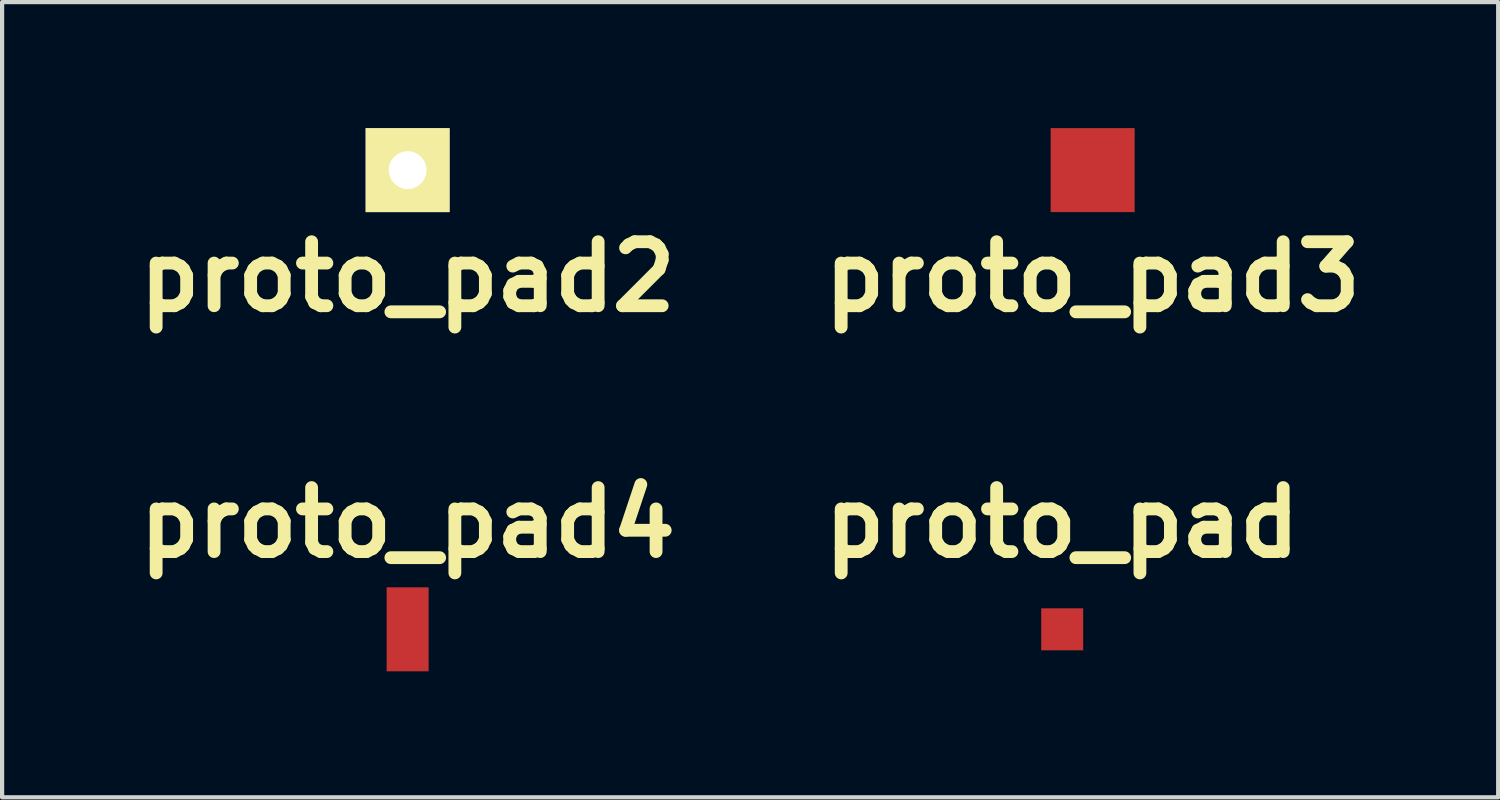
<source format=kicad_pcb>
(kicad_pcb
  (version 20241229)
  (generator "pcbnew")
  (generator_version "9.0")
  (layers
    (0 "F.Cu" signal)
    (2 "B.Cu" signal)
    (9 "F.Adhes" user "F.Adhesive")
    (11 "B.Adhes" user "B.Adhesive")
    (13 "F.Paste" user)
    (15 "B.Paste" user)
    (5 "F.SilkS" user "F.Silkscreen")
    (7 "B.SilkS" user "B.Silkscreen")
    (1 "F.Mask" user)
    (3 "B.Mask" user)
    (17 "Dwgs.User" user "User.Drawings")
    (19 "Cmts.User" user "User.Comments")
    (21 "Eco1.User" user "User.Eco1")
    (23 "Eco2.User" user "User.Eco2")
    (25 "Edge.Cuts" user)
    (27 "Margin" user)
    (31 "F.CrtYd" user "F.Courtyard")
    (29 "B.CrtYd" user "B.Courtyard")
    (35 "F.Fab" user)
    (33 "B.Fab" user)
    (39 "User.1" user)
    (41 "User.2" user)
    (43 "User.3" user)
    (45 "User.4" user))
  (footprint "proto_pad3"
    (layer "F.Cu")
    (at 22.964 1)
    (property "Reference" "proto_pad3" (at 0 2.54 0) (layer "F.SilkS") (effects (font (size 1.524 1.524) (thickness 0.305))))
    (attr through_hole)
    (pad "1" smd rect (at 0 0) (size 2 2) (layers "F.Cu" "F.Mask" "F.Paste")))
  (footprint "proto_pad2"
    (layer "F.Cu")
    (at 6.655 1)
    (property "Reference" "proto_pad2" (at 0 2.54 0) (layer "F.SilkS") (effects (font (size 1.524 1.524) (thickness 0.305))))
    (attr through_hole)
    (pad "1" thru_hole rect (at 0 0) (size 2 2) (drill 0.899) (layers "*.Cu" "*.Mask" "F.SilkS")))
  (footprint "proto_pad"
    (layer "F.Cu")
    (at 22.239 11.933)
    (property "Reference" "proto_pad" (at 0 -2.54 0) (layer "F.SilkS") (effects (font (size 1.524 1.524) (thickness 0.305))))
    (attr through_hole)
    (pad "1" smd rect (at 0 0) (size 1 1) (layers "F.Cu" "F.Mask" "F.Paste")))
  (footprint "proto_pad4"
    (layer "F.Cu")
    (at 6.655 11.933)
    (property "Reference" "proto_pad4" (at 0 -2.54 0) (layer "F.SilkS") (effects (font (size 1.524 1.524) (thickness 0.305))))
    (attr through_hole)
    (pad "1" smd rect (at 0 0) (size 1 2) (layers "F.Cu" "F.Mask" "F.Paste")))
  (gr_rect
    (start -3 -3)
    (end 32.619 15.933)
    (stroke (width 0.1) (type default))
    (fill no)
    (layer "Edge.Cuts")))
</source>
